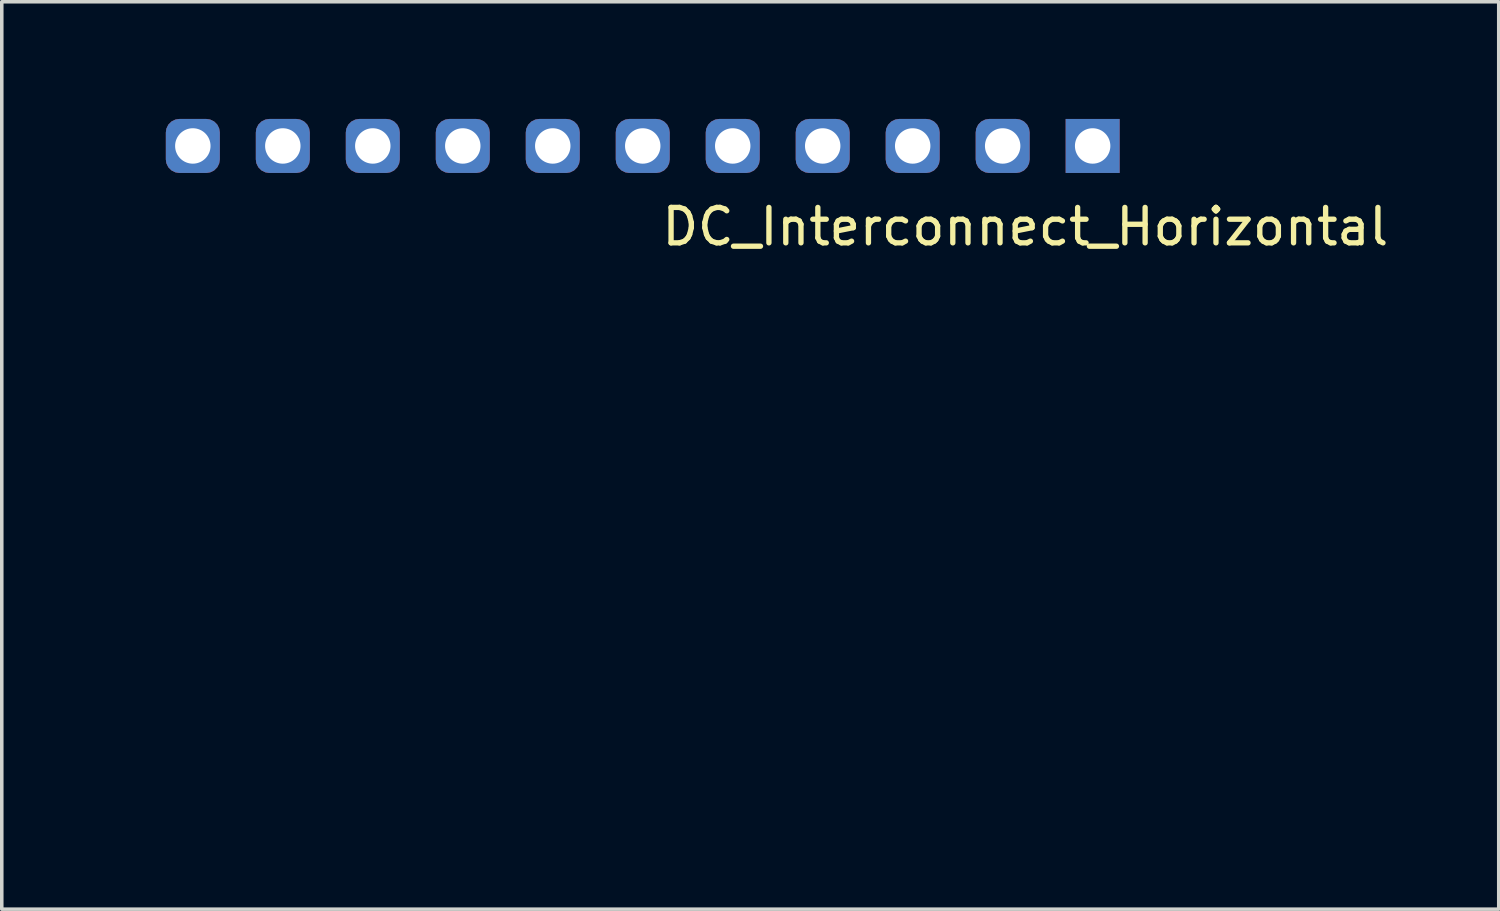
<source format=kicad_pcb>
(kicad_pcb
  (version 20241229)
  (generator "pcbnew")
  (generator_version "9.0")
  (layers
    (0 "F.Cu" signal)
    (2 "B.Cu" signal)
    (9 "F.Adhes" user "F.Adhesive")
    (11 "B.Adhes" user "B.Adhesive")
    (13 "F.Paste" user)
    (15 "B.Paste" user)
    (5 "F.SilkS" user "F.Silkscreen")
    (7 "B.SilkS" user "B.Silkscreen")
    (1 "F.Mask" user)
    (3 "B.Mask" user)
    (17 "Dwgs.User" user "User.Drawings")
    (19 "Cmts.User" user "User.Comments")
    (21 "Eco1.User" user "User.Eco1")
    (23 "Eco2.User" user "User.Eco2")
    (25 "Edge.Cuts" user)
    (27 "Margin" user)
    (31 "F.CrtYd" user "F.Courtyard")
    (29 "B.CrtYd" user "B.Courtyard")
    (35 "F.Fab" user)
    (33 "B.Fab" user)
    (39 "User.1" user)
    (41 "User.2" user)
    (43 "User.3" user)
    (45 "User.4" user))
  (footprint "DC_Interconnect_Horizontal"
    (layer "F.Cu")
    (at 2.383 0.25)
    (property "Reference" "DC_Interconnect_Horizontal" (at 23.51 3.1 0) (unlocked yes) (layer "F.SilkS") (effects (font (size 1 1) (thickness 0.15))))
    (attr through_hole)
    (fp_poly (pts (xy -0.232 0.683) (xy 0.252 0.683) (xy 0.252 -0.005) (xy 2.297 -0.005) (xy 2.297 0.683) (xy 2.781 0.683) (xy 2.781 -0.005) (xy 4.845 -0.005) (xy 4.845 0.683) (xy 5.328 0.683) (xy 5.328 -0.005) (xy 7.392 -0.005) (xy 7.392 0.683) (xy 7.876 0.683) (xy 7.876 -0.005) (xy 9.921 -0.005) (xy 9.921 0.683) (xy 10.405 0.683) (xy 10.405 -0.005) (xy 12.469 -0.005) (xy 12.469 0.683) (xy 12.952 0.683) (xy 12.952 -0.005) (xy 15.016 -0.005) (xy 15.016 0.683) (xy 15.499 0.683) (xy 15.499 -0.005) (xy 17.545 -0.005) (xy 17.545 0.683) (xy 18.028 0.683) (xy 18.028 -0.005) (xy 20.092 -0.005) (xy 20.092 0.683) (xy 20.576 0.683) (xy 20.576 -0.005) (xy 22.64 -0.005) (xy 22.64 0.683) (xy 23.123 0.683) (xy 23.123 -0.005) (xy 25.169 -0.005) (xy 25.169 0.683) (xy 25.652 0.683) (xy 25.652 -0.005) (xy 28.478 -0.005) (xy 28.478 19.314) (xy -2.333 19.314) (xy -2.333 16.212) (xy 8.196 16.212) (xy 8.209 16.344) (xy 8.22 16.384) (xy 8.276 16.504) (xy 8.359 16.608) (xy 8.464 16.687) (xy 8.564 16.731) (xy 8.636 16.743) (xy 8.728 16.746) (xy 8.823 16.739) (xy 8.904 16.724) (xy 8.921 16.719) (xy 9.035 16.662) (xy 9.128 16.58) (xy 9.197 16.478) (xy 9.242 16.362) (xy 9.26 16.24) (xy 10.487 16.24) (xy 10.509 16.375) (xy 10.541 16.455) (xy 10.611 16.564) (xy 10.702 16.652) (xy 10.806 16.714) (xy 10.821 16.719) (xy 10.904 16.738) (xy 11.005 16.744) (xy 11.112 16.737) (xy 11.208 16.72) (xy 11.272 16.696) (xy 11.365 16.631) (xy 11.447 16.54) (xy 11.51 16.435) (xy 11.529 16.384) (xy 11.553 16.251) (xy 11.552 16.235) (xy 12.787 16.235) (xy 12.788 16.25) (xy 12.811 16.391) (xy 12.863 16.513) (xy 12.941 16.614) (xy 13.042 16.689) (xy 13.108 16.718) (xy 13.213 16.742) (xy 13.33 16.747) (xy 13.445 16.734) (xy 13.538 16.704) (xy 13.658 16.63) (xy 13.749 16.533) (xy 13.81 16.415) (xy 13.839 16.276) (xy 13.84 16.263) (xy 13.838 16.172) (xy 15.076 16.172) (xy 15.081 16.32) (xy 15.118 16.45) (xy 15.185 16.56) (xy 15.283 16.649) (xy 15.348 16.687) (xy 15.42 16.722) (xy 15.481 16.74) (xy 15.548 16.747) (xy 15.599 16.748) (xy 15.709 16.74) (xy 15.797 16.717) (xy 15.815 16.71) (xy 15.918 16.654) (xy 15.994 16.589) (xy 16.054 16.504) (xy 16.074 16.467) (xy 16.12 16.339) (xy 16.133 16.207) (xy 16.131 16.188) (xy 17.36 16.188) (xy 17.367 16.308) (xy 17.4 16.423) (xy 17.456 16.528) (xy 17.535 16.618) (xy 17.634 16.687) (xy 17.752 16.732) (xy 17.881 16.748) (xy 17.961 16.743) (xy 18.041 16.731) (xy 18.088 16.719) (xy 18.203 16.661) (xy 18.298 16.576) (xy 18.369 16.468) (xy 18.412 16.344) (xy 18.423 16.231) (xy 18.406 16.084) (xy 18.36 15.956) (xy 18.285 15.85) (xy 18.186 15.769) (xy 18.063 15.715) (xy 17.935 15.693) (xy 17.8 15.695) (xy 17.684 15.726) (xy 17.58 15.789) (xy 17.517 15.845) (xy 17.433 15.951) (xy 17.382 16.068) (xy 17.36 16.188) (xy 16.131 16.188) (xy 16.117 16.078) (xy 16.071 15.959) (xy 15.999 15.855) (xy 15.921 15.788) (xy 15.816 15.728) (xy 15.71 15.697) (xy 15.598 15.688) (xy 15.468 15.705) (xy 15.346 15.752) (xy 15.242 15.826) (xy 15.227 15.842) (xy 15.152 15.93) (xy 15.106 16.019) (xy 15.081 16.119) (xy 15.076 16.172) (xy 13.838 16.172) (xy 13.837 16.127) (xy 13.805 16.011) (xy 13.742 15.905) (xy 13.688 15.845) (xy 13.586 15.762) (xy 13.478 15.711) (xy 13.356 15.691) (xy 13.268 15.693) (xy 13.128 15.719) (xy 13.008 15.775) (xy 12.912 15.858) (xy 12.841 15.964) (xy 12.799 16.09) (xy 12.787 16.235) (xy 11.552 16.235) (xy 11.544 16.12) (xy 11.505 15.996) (xy 11.438 15.886) (xy 11.348 15.795) (xy 11.236 15.728) (xy 11.199 15.714) (xy 11.079 15.691) (xy 10.953 15.695) (xy 10.829 15.724) (xy 10.718 15.776) (xy 10.629 15.847) (xy 10.618 15.859) (xy 10.543 15.976) (xy 10.499 16.105) (xy 10.487 16.24) (xy 9.26 16.24) (xy 9.26 16.238) (xy 9.251 16.112) (xy 9.213 15.989) (xy 9.144 15.875) (xy 9.131 15.859) (xy 9.046 15.785) (xy 8.937 15.731) (xy 8.815 15.698) (xy 8.688 15.69) (xy 8.567 15.709) (xy 8.55 15.714) (xy 8.433 15.772) (xy 8.335 15.856) (xy 8.262 15.962) (xy 8.214 16.082) (xy 8.196 16.212) (xy -2.333 16.212) (xy -2.333 14.254) (xy -0.568 14.254) (xy -0.55 14.461) (xy -0.497 14.653) (xy -0.413 14.83) (xy -0.299 14.987) (xy -0.155 15.122) (xy 0.015 15.233) (xy 0.074 15.263) (xy 0.267 15.333) (xy 0.469 15.368) (xy 0.677 15.367) (xy 0.783 15.352) (xy 0.911 15.317) (xy 1.048 15.259) (xy 1.183 15.184) (xy 1.302 15.099) (xy 1.355 15.051) (xy 1.485 14.897) (xy 1.584 14.727) (xy 1.651 14.545) (xy 1.686 14.355) (xy 1.688 14.238) (xy 9.345 14.238) (xy 9.362 14.379) (xy 9.411 14.505) (xy 9.49 14.613) (xy 9.594 14.697) (xy 9.722 14.754) (xy 9.744 14.761) (xy 9.831 14.771) (xy 9.934 14.766) (xy 10.037 14.745) (xy 10.123 14.714) (xy 10.23 14.64) (xy 10.314 14.543) (xy 10.371 14.43) (xy 10.401 14.306) (xy 10.403 14.238) (xy 11.641 14.238) (xy 11.643 14.321) (xy 11.649 14.38) (xy 11.663 14.428) (xy 11.688 14.48) (xy 11.696 14.496) (xy 11.779 14.61) (xy 11.883 14.695) (xy 12.004 14.751) (xy 12.137 14.774) (xy 12.278 14.763) (xy 12.333 14.749) (xy 12.45 14.696) (xy 12.549 14.614) (xy 12.625 14.508) (xy 12.675 14.385) (xy 12.695 14.25) (xy 12.695 14.238) (xy 13.929 14.238) (xy 13.931 14.323) (xy 13.942 14.388) (xy 13.965 14.451) (xy 13.98 14.484) (xy 14.054 14.593) (xy 14.151 14.679) (xy 14.266 14.738) (xy 14.393 14.769) (xy 14.525 14.77) (xy 14.656 14.737) (xy 14.684 14.726) (xy 14.792 14.659) (xy 14.884 14.564) (xy 14.943 14.468) (xy 14.977 14.363) (xy 14.989 14.244) (xy 14.987 14.221) (xy 16.218 14.221) (xy 16.226 14.35) (xy 16.263 14.472) (xy 16.33 14.579) (xy 16.332 14.582) (xy 16.434 14.675) (xy 16.552 14.737) (xy 16.682 14.768) (xy 16.817 14.767) (xy 16.951 14.732) (xy 17.002 14.709) (xy 17.111 14.635) (xy 17.192 14.541) (xy 17.247 14.432) (xy 17.276 14.314) (xy 17.276 14.287) (xy 18.512 14.287) (xy 18.527 14.393) (xy 18.54 14.436) (xy 18.602 14.549) (xy 18.692 14.645) (xy 18.804 14.719) (xy 18.911 14.761) (xy 18.996 14.771) (xy 19.097 14.765) (xy 19.2 14.745) (xy 19.268 14.722) (xy 19.383 14.654) (xy 19.472 14.56) (xy 19.533 14.443) (xy 19.565 14.305) (xy 19.569 14.263) (xy 19.569 14.247) (xy 24.436 14.247) (xy 24.437 14.349) (xy 24.443 14.426) (xy 24.455 14.493) (xy 24.475 14.563) (xy 24.487 14.597) (xy 24.521 14.684) (xy 24.562 14.773) (xy 24.602 14.846) (xy 24.604 14.848) (xy 24.725 15.007) (xy 24.87 15.14) (xy 25.035 15.244) (xy 25.214 15.319) (xy 25.404 15.361) (xy 25.601 15.371) (xy 25.8 15.346) (xy 25.842 15.336) (xy 26.037 15.268) (xy 26.211 15.171) (xy 26.362 15.048) (xy 26.487 14.901) (xy 26.585 14.733) (xy 26.653 14.548) (xy 26.688 14.349) (xy 26.693 14.238) (xy 26.677 14.032) (xy 26.628 13.843) (xy 26.544 13.669) (xy 26.426 13.507) (xy 26.361 13.437) (xy 26.207 13.307) (xy 26.041 13.21) (xy 25.866 13.145) (xy 25.686 13.111) (xy 25.505 13.106) (xy 25.326 13.131) (xy 25.153 13.183) (xy 24.989 13.262) (xy 24.839 13.367) (xy 24.706 13.497) (xy 24.593 13.651) (xy 24.505 13.828) (xy 24.469 13.931) (xy 24.449 14.02) (xy 24.439 14.129) (xy 24.436 14.247) (xy 19.569 14.247) (xy 19.57 14.183) (xy 19.563 14.121) (xy 19.543 14.059) (xy 19.524 14.016) (xy 19.452 13.894) (xy 19.359 13.803) (xy 19.245 13.743) (xy 19.111 13.713) (xy 19.051 13.71) (xy 18.905 13.724) (xy 18.78 13.768) (xy 18.675 13.843) (xy 18.587 13.95) (xy 18.572 13.975) (xy 18.536 14.064) (xy 18.516 14.173) (xy 18.512 14.287) (xy 17.276 14.287) (xy 17.278 14.193) (xy 17.254 14.074) (xy 17.205 13.961) (xy 17.13 13.862) (xy 17.029 13.78) (xy 16.956 13.742) (xy 16.88 13.721) (xy 16.778 13.711) (xy 16.745 13.71) (xy 16.606 13.725) (xy 16.486 13.771) (xy 16.38 13.849) (xy 16.36 13.869) (xy 16.285 13.973) (xy 16.237 14.093) (xy 16.218 14.221) (xy 14.987 14.221) (xy 14.979 14.124) (xy 14.947 14.018) (xy 14.944 14.012) (xy 14.869 13.897) (xy 14.767 13.802) (xy 14.684 13.752) (xy 14.58 13.719) (xy 14.46 13.707) (xy 14.34 13.718) (xy 14.234 13.75) (xy 14.228 13.753) (xy 14.107 13.83) (xy 14.017 13.926) (xy 13.959 14.044) (xy 13.931 14.181) (xy 13.929 14.238) (xy 12.695 14.238) (xy 12.695 14.237) (xy 12.678 14.095) (xy 12.63 13.971) (xy 12.555 13.867) (xy 12.454 13.787) (xy 12.332 13.733) (xy 12.192 13.71) (xy 12.161 13.709) (xy 12.019 13.725) (xy 11.896 13.773) (xy 11.791 13.852) (xy 11.704 13.964) (xy 11.682 14.003) (xy 11.66 14.053) (xy 11.648 14.108) (xy 11.642 14.181) (xy 11.641 14.238) (xy 10.403 14.238) (xy 10.404 14.179) (xy 10.377 14.054) (xy 10.319 13.937) (xy 10.282 13.888) (xy 10.183 13.8) (xy 10.063 13.74) (xy 9.927 13.711) (xy 9.875 13.709) (xy 9.733 13.726) (xy 9.608 13.774) (xy 9.504 13.85) (xy 9.423 13.95) (xy 9.369 14.07) (xy 9.345 14.209) (xy 9.345 14.238) (xy 1.688 14.238) (xy 1.689 14.161) (xy 1.659 13.968) (xy 1.596 13.78) (xy 1.498 13.601) (xy 1.494 13.595) (xy 1.372 13.443) (xy 1.226 13.318) (xy 1.062 13.221) (xy 0.885 13.153) (xy 0.698 13.115) (xy 0.506 13.108) (xy 0.314 13.134) (xy 0.125 13.192) (xy 0.054 13.225) (xy -0.121 13.33) (xy -0.269 13.461) (xy -0.392 13.618) (xy -0.47 13.759) (xy -0.525 13.903) (xy -0.557 14.054) (xy -0.568 14.224) (xy -0.568 14.254) (xy -2.333 14.254) (xy -2.333 12.258) (xy 8.203 12.258) (xy 8.205 12.342) (xy 8.214 12.404) (xy 8.232 12.459) (xy 8.252 12.502) (xy 8.319 12.6) (xy 8.407 12.685) (xy 8.504 12.745) (xy 8.534 12.757) (xy 8.63 12.779) (xy 8.742 12.785) (xy 8.852 12.775) (xy 8.921 12.759) (xy 9.031 12.702) (xy 9.127 12.616) (xy 9.202 12.507) (xy 9.208 12.495) (xy 9.251 12.368) (xy 9.255 12.315) (xy 10.492 12.315) (xy 10.519 12.441) (xy 10.574 12.557) (xy 10.658 12.656) (xy 10.668 12.665) (xy 10.729 12.71) (xy 10.795 12.747) (xy 10.821 12.757) (xy 10.917 12.779) (xy 11.029 12.785) (xy 11.139 12.775) (xy 11.208 12.759) (xy 11.314 12.705) (xy 11.41 12.623) (xy 11.486 12.522) (xy 11.497 12.502) (xy 11.524 12.444) (xy 11.539 12.388) (xy 11.545 12.321) (xy 11.546 12.258) (xy 12.787 12.258) (xy 12.802 12.402) (xy 12.845 12.524) (xy 12.918 12.625) (xy 13.022 12.706) (xy 13.066 12.731) (xy 13.129 12.761) (xy 13.179 12.778) (xy 13.231 12.785) (xy 13.298 12.785) (xy 13.333 12.783) (xy 13.447 12.771) (xy 13.532 12.748) (xy 13.557 12.736) (xy 13.666 12.661) (xy 13.749 12.565) (xy 13.807 12.452) (xy 13.838 12.33) (xy 13.841 12.211) (xy 15.076 12.211) (xy 15.078 12.34) (xy 15.104 12.452) (xy 15.158 12.557) (xy 15.164 12.566) (xy 15.252 12.666) (xy 15.362 12.737) (xy 15.493 12.776) (xy 15.611 12.786) (xy 15.73 12.776) (xy 15.815 12.749) (xy 15.918 12.693) (xy 15.994 12.628) (xy 16.054 12.543) (xy 16.074 12.506) (xy 16.107 12.433) (xy 16.124 12.37) (xy 16.131 12.298) (xy 16.132 12.258) (xy 17.359 12.258) (xy 17.376 12.39) (xy 17.425 12.513) (xy 17.501 12.621) (xy 17.599 12.707) (xy 17.716 12.765) (xy 17.731 12.77) (xy 17.803 12.783) (xy 17.895 12.785) (xy 17.99 12.779) (xy 18.072 12.764) (xy 18.088 12.759) (xy 18.202 12.702) (xy 18.294 12.619) (xy 18.363 12.517) (xy 18.408 12.402) (xy 18.426 12.278) (xy 18.417 12.151) (xy 18.379 12.028) (xy 18.311 11.914) (xy 18.297 11.897) (xy 18.219 11.829) (xy 18.118 11.775) (xy 18.006 11.739) (xy 17.906 11.728) (xy 17.771 11.74) (xy 17.655 11.78) (xy 17.552 11.851) (xy 17.514 11.886) (xy 17.428 11.996) (xy 17.376 12.119) (xy 17.359 12.256) (xy 17.359 12.258) (xy 16.132 12.258) (xy 16.132 12.256) (xy 16.129 12.175) (xy 16.118 12.113) (xy 16.094 12.05) (xy 16.071 12.004) (xy 15.993 11.89) (xy 15.894 11.806) (xy 15.775 11.752) (xy 15.636 11.731) (xy 15.555 11.732) (xy 15.416 11.759) (xy 15.297 11.816) (xy 15.2 11.9) (xy 15.128 12.008) (xy 15.086 12.138) (xy 15.076 12.211) (xy 13.841 12.211) (xy 13.842 12.205) (xy 13.817 12.082) (xy 13.762 11.968) (xy 13.691 11.882) (xy 13.61 11.813) (xy 13.531 11.768) (xy 13.441 11.743) (xy 13.337 11.731) (xy 13.26 11.728) (xy 13.204 11.732) (xy 13.154 11.745) (xy 13.094 11.772) (xy 13.071 11.783) (xy 12.954 11.857) (xy 12.87 11.949) (xy 12.815 12.061) (xy 12.79 12.196) (xy 12.787 12.258) (xy 11.546 12.258) (xy 11.544 12.173) (xy 11.535 12.111) (xy 11.517 12.056) (xy 11.497 12.013) (xy 11.42 11.903) (xy 11.322 11.819) (xy 11.208 11.761) (xy 11.083 11.73) (xy 10.955 11.728) (xy 10.83 11.756) (xy 10.713 11.816) (xy 10.668 11.85) (xy 10.581 11.947) (xy 10.523 12.062) (xy 10.493 12.187) (xy 10.492 12.315) (xy 9.255 12.315) (xy 9.261 12.236) (xy 9.24 12.105) (xy 9.19 11.984) (xy 9.112 11.879) (xy 9.081 11.85) (xy 8.969 11.777) (xy 8.847 11.736) (xy 8.719 11.726) (xy 8.592 11.744) (xy 8.473 11.791) (xy 8.367 11.865) (xy 8.281 11.965) (xy 8.252 12.013) (xy 8.226 12.072) (xy 8.21 12.127) (xy 8.204 12.194) (xy 8.203 12.258) (xy -2.333 12.258) (xy -2.333 6.744) (xy -1.329 6.744) (xy -0.957 6.744) (xy 4.77 6.744) (xy 5.142 6.744) (xy 10.274 6.744) (xy 10.646 6.744) (xy 10.646 5.257) (xy 10.274 5.257) (xy 10.274 6.744) (xy 5.142 6.744) (xy 5.142 5.257) (xy 4.77 5.257) (xy 4.77 6.744) (xy -0.957 6.744) (xy -0.957 5.257) (xy -1.329 5.257) (xy -1.329 6.744) (xy -2.333 6.744) (xy -2.333 4.736) (xy 1.07 4.736) (xy 1.442 4.736) (xy 6.574 4.736) (xy 6.946 4.736) (xy 6.946 4.546) (xy 11.799 4.546) (xy 11.812 4.732) (xy 11.852 4.906) (xy 11.921 5.083) (xy 11.942 5.126) (xy 12.053 5.306) (xy 12.191 5.463) (xy 12.354 5.593) (xy 12.538 5.696) (xy 12.742 5.768) (xy 12.861 5.795) (xy 12.96 5.804) (xy 13.081 5.804) (xy 13.209 5.795) (xy 13.332 5.777) (xy 13.374 5.768) (xy 13.559 5.707) (xy 13.736 5.613) (xy 13.899 5.492) (xy 14.04 5.348) (xy 14.155 5.185) (xy 14.177 5.147) (xy 14.241 5.008) (xy 14.285 4.873) (xy 14.309 4.728) (xy 14.318 4.563) (xy 14.318 4.532) (xy 14.316 4.427) (xy 14.312 4.348) (xy 14.303 4.284) (xy 14.289 4.223) (xy 14.267 4.155) (xy 14.267 4.155) (xy 14.207 4.004) (xy 14.138 3.876) (xy 14.051 3.759) (xy 13.948 3.648) (xy 13.818 3.531) (xy 13.685 3.441) (xy 13.536 3.368) (xy 13.459 3.339) (xy 13.359 3.313) (xy 13.234 3.296) (xy 13.097 3.288) (xy 12.96 3.29) (xy 12.835 3.302) (xy 12.781 3.312) (xy 12.577 3.375) (xy 12.391 3.47) (xy 12.226 3.591) (xy 12.085 3.737) (xy 11.969 3.904) (xy 11.881 4.089) (xy 11.824 4.29) (xy 11.8 4.503) (xy 11.799 4.546) (xy 6.946 4.546) (xy 6.946 3.249) (xy 6.574 3.249) (xy 6.574 4.736) (xy 1.442 4.736) (xy 1.442 3.249) (xy 1.07 3.249) (xy 1.07 4.736) (xy -2.333 4.736) (xy -2.333 -0.005) (xy -0.232 -0.005)) (stroke (width 0.1) (type solid)) (fill no) (layer "Eco1.User"))
    (pad "1" thru_hole rect (at 25.41 0.82) (size 1.524 1.524) (drill 1) (layers "*.Cu" "*.Mask"))
    (pad "2" thru_hole roundrect (at 22.87 0.82) (size 1.524 1.524) (drill 1) (layers "*.Cu" "*.Mask") (roundrect_rratio 0.25))
    (pad "3" thru_hole roundrect (at 20.33 0.82) (size 1.524 1.524) (drill 1) (layers "*.Cu" "*.Mask") (roundrect_rratio 0.25))
    (pad "4" thru_hole roundrect (at 5.09 0.82) (size 1.524 1.524) (drill 1) (layers "*.Cu" "*.Mask") (roundrect_rratio 0.25))
    (pad "5" thru_hole roundrect (at 2.55 0.82) (size 1.524 1.524) (drill 1) (layers "*.Cu" "*.Mask") (roundrect_rratio 0.25))
    (pad "6" thru_hole roundrect (at 12.71 0.82) (size 1.524 1.524) (drill 1) (layers "*.Cu" "*.Mask") (roundrect_rratio 0.25))
    (pad "7" thru_hole roundrect (at 10.17 0.82) (size 1.524 1.524) (drill 1) (layers "*.Cu" "*.Mask") (roundrect_rratio 0.25))
    (pad "8" thru_hole roundrect (at 0.01 0.82) (size 1.524 1.524) (drill 1) (layers "*.Cu" "*.Mask") (roundrect_rratio 0.25))
    (pad "8" thru_hole roundrect (at 7.63 0.82) (size 1.524 1.524) (drill 1) (layers "*.Cu" "*.Mask") (roundrect_rratio 0.25))
    (pad "8" thru_hole roundrect (at 17.79 0.82) (size 1.524 1.524) (drill 1) (layers "*.Cu" "*.Mask") (roundrect_rratio 0.25))
    (pad "9" thru_hole roundrect (at 15.25 0.82) (size 1.524 1.524) (drill 1) (layers "*.Cu" "*.Mask") (roundrect_rratio 0.25)))
  (gr_rect
    (start -3 -3)
    (end 39.256 22.614)
    (stroke (width 0.1) (type default))
    (fill no)
    (layer "Edge.Cuts")))
</source>
